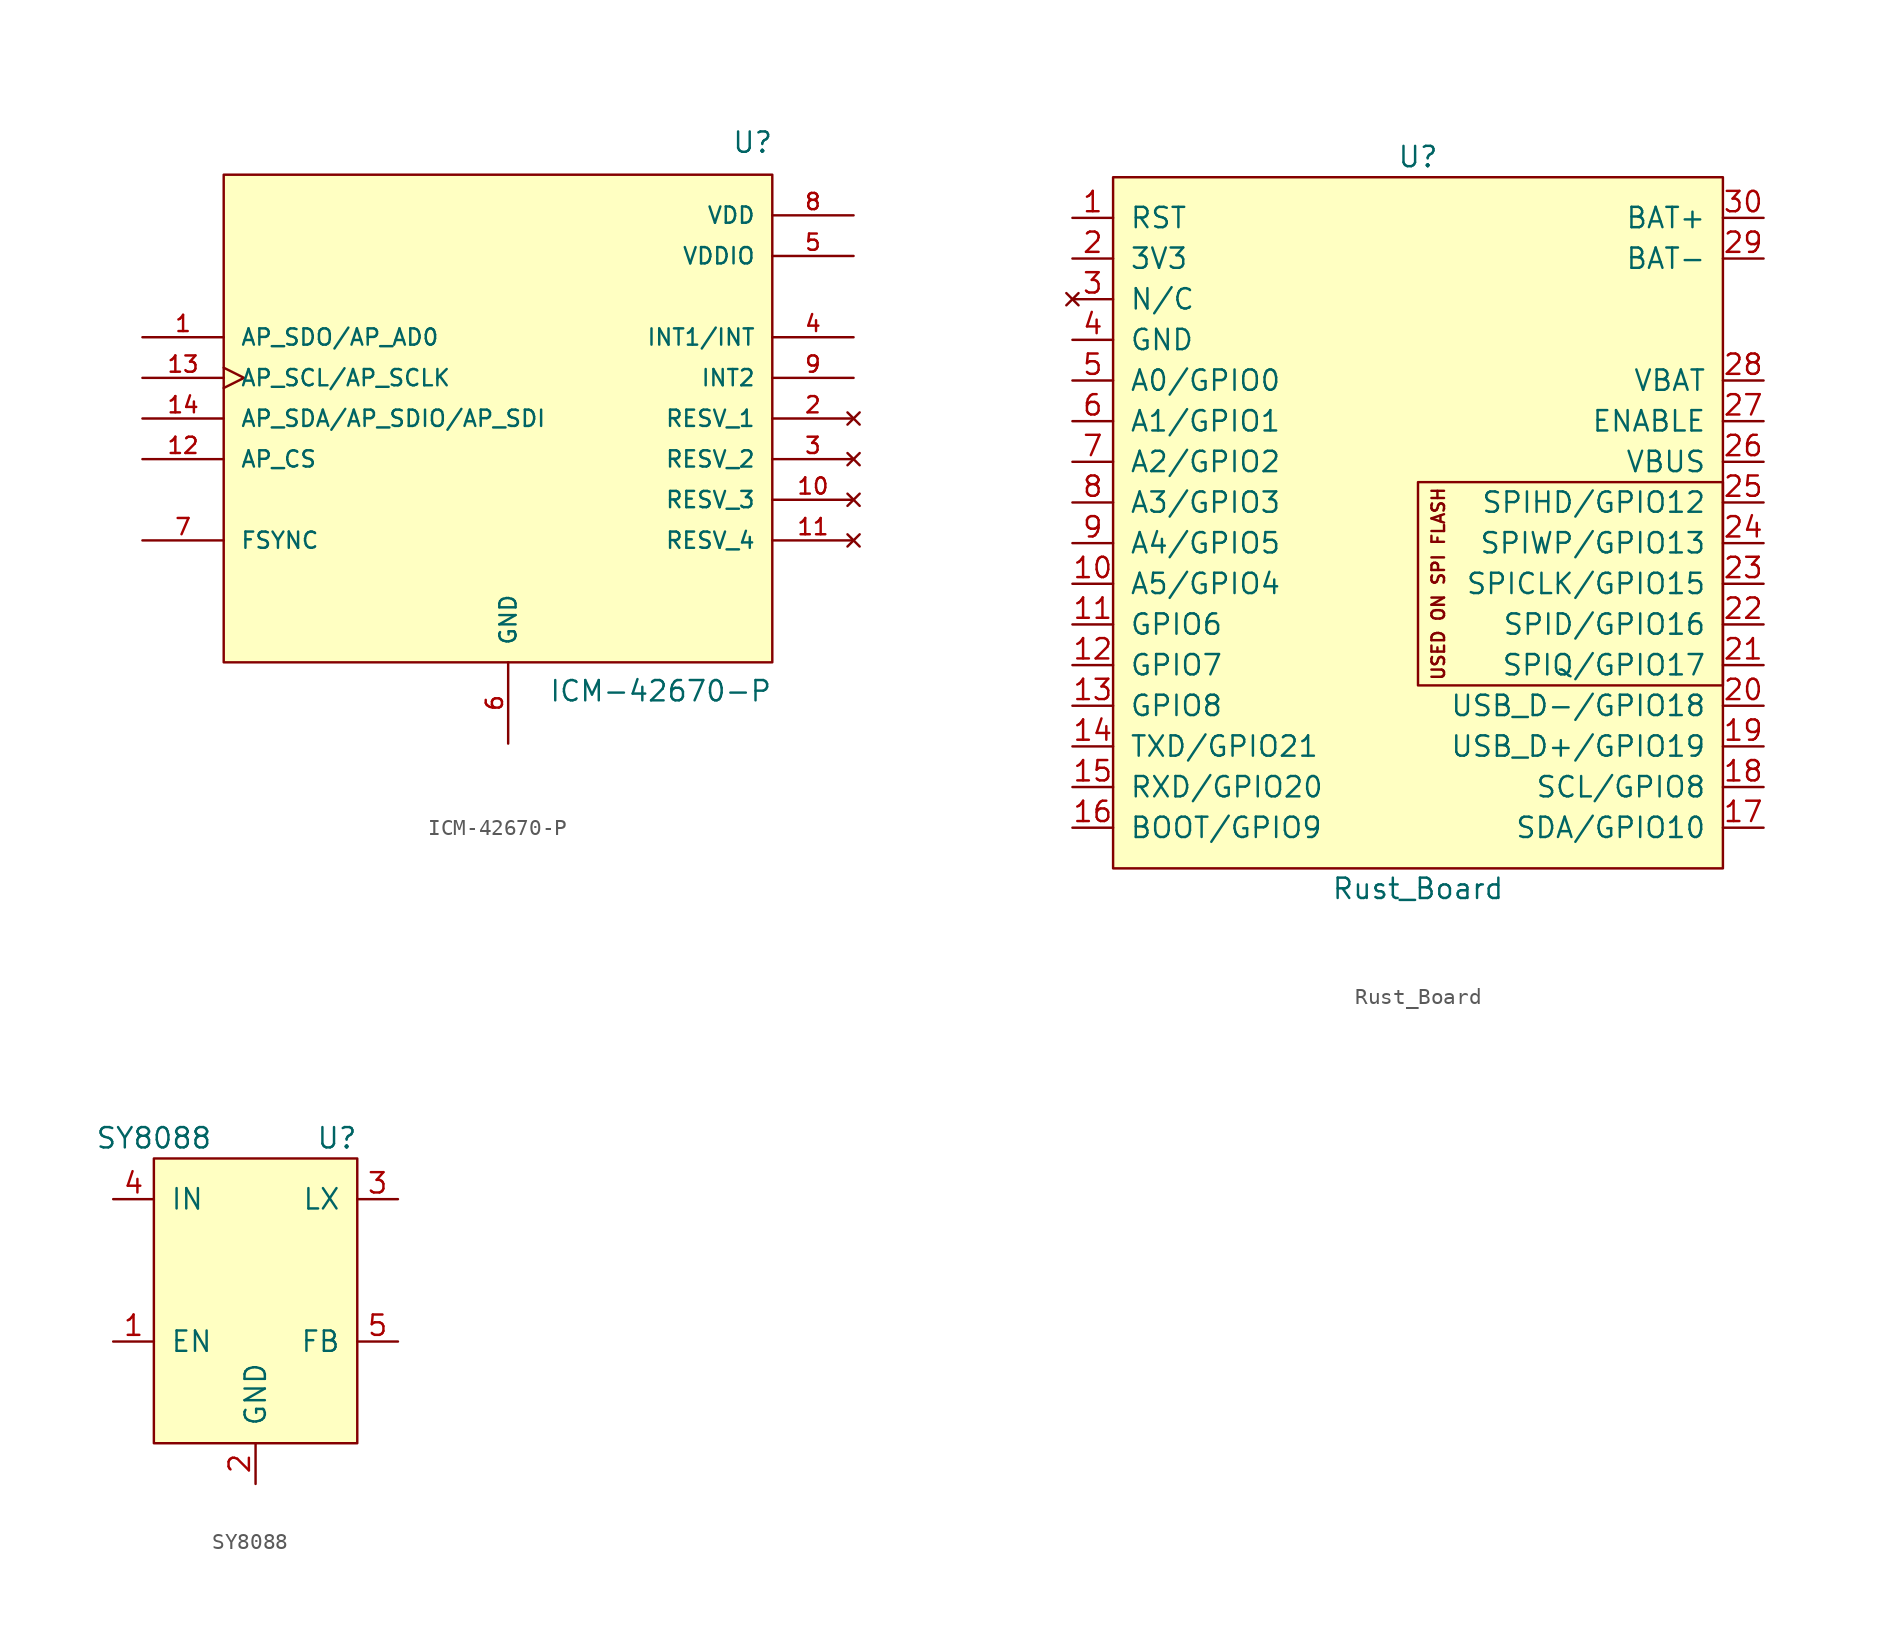
<source format=kicad_sym>
(kicad_symbol_lib
  (version 20211014)
  (generator kicad_symbol_editor)
  (symbol "ICM-42670-P"
    (pin_names
      (offset 1.016))
    (property "Reference" "U"
      (at 13.97 16.51 0)
      (effects (font (size 1.27 1.27)) (justify left bottom)))
    (property "Value" "ICM-42670-P"
      (at 2.54 -17.78 0)
      (effects (font (size 1.27 1.27)) (justify left bottom)))
    (property "ki_locked" ""
      (at 0 0 0)
      (effects (font (size 1.27 1.27))))
    (symbol "ICM-42670-P_0_0"
      (pin bidirectional line (at -22.86 5.08 0) (length 5.08) (name "AP_SDO/AP_AD0" (effects (font (size 1.016 1.016)))) (number "1" (effects (font (size 1.016 1.016)))))
      (pin no_connect line (at 21.59 -5.08 180) (length 5.08) (name "RESV_3" (effects (font (size 1.016 1.016)))) (number "10" (effects (font (size 1.016 1.016)))))
      (pin no_connect line (at 21.59 -7.62 180) (length 5.08) (name "RESV_4" (effects (font (size 1.016 1.016)))) (number "11" (effects (font (size 1.016 1.016)))))
      (pin input line (at -22.86 -2.54 0) (length 5.08) (name "AP_CS" (effects (font (size 1.016 1.016)))) (number "12" (effects (font (size 1.016 1.016)))))
      (pin input clock (at -22.86 2.54 0) (length 5.08) (name "AP_SCL/AP_SCLK" (effects (font (size 1.016 1.016)))) (number "13" (effects (font (size 1.016 1.016)))))
      (pin bidirectional line (at -22.86 0 0) (length 5.08) (name "AP_SDA/AP_SDIO/AP_SDI" (effects (font (size 1.016 1.016)))) (number "14" (effects (font (size 1.016 1.016)))))
      (pin no_connect line (at 21.59 0 180) (length 5.08) (name "RESV_1" (effects (font (size 1.016 1.016)))) (number "2" (effects (font (size 1.016 1.016)))))
      (pin no_connect line (at 21.59 -2.54 180) (length 5.08) (name "RESV_2" (effects (font (size 1.016 1.016)))) (number "3" (effects (font (size 1.016 1.016)))))
      (pin output line (at 21.59 5.08 180) (length 5.08) (name "INT1/INT" (effects (font (size 1.016 1.016)))) (number "4" (effects (font (size 1.016 1.016)))))
      (pin power_in line (at 21.59 10.16 180) (length 5.08) (name "VDDIO" (effects (font (size 1.016 1.016)))) (number "5" (effects (font (size 1.016 1.016)))))
      (pin power_in line (at 0 -20.32 90) (length 5.08) (name "GND" (effects (font (size 1.016 1.016)))) (number "6" (effects (font (size 1.016 1.016)))))
      (pin input line (at -22.86 -7.62 0) (length 5.08) (name "FSYNC" (effects (font (size 1.016 1.016)))) (number "7" (effects (font (size 1.016 1.016)))))
      (pin power_in line (at 21.59 12.7 180) (length 5.08) (name "VDD" (effects (font (size 1.016 1.016)))) (number "8" (effects (font (size 1.016 1.016)))))
      (pin output line (at 21.59 2.54 180) (length 5.08) (name "INT2" (effects (font (size 1.016 1.016)))) (number "9" (effects (font (size 1.016 1.016))))))
    (symbol "ICM-42670-P_1_1"
      (rectangle (start -17.78 15.24) (end 16.51 -15.24) (stroke (width 0) (type default) (color 0 0 0 0)) (fill (type background)))))
  (symbol "Rust_Board"
    (pin_names
      (offset 1.016))
    (property "Reference" "U"
      (at 0 22.86 0)
      (effects (font (size 1.27 1.27))))
    (property "Value" "Rust_Board"
      (at 0 -22.86 0)
      (effects (font (size 1.27 1.27))))
    (symbol "Rust_Board_0_0"
      (rectangle (start 0 2.54) (end 19.05 -10.16) (stroke (width 0) (type default) (color 0 0 0 0)) (fill (type none)))
      (text "USED ON SPI FLASH" (at 1.27 -3.81 900) (effects (font (size 0.787 0.787)))))
    (symbol "Rust_Board_0_1"
      (rectangle (start -19.05 21.59) (end 19.05 -21.59) (stroke (width 0) (type default) (color 0 0 0 0)) (fill (type background))))
    (symbol "Rust_Board_1_1"
      (pin input line (at -21.59 19.05 0) (length 2.54) (name "RST" (effects (font (size 1.27 1.27)))) (number "1" (effects (font (size 1.27 1.27)))))
      (pin bidirectional line (at -21.59 -3.81 0) (length 2.54) (name "A5/GPIO4" (effects (font (size 1.27 1.27)))) (number "10" (effects (font (size 1.27 1.27)))))
      (pin bidirectional line (at -21.59 -6.35 0) (length 2.54) (name "GPIO6" (effects (font (size 1.27 1.27)))) (number "11" (effects (font (size 1.27 1.27)))))
      (pin bidirectional line (at -21.59 -8.89 0) (length 2.54) (name "GPIO7" (effects (font (size 1.27 1.27)))) (number "12" (effects (font (size 1.27 1.27)))))
      (pin bidirectional line (at -21.59 -11.43 0) (length 2.54) (name "GPIO8" (effects (font (size 1.27 1.27)))) (number "13" (effects (font (size 1.27 1.27)))))
      (pin bidirectional line (at -21.59 -13.97 0) (length 2.54) (name "TXD/GPIO21" (effects (font (size 1.27 1.27)))) (number "14" (effects (font (size 1.27 1.27)))))
      (pin bidirectional line (at -21.59 -16.51 0) (length 2.54) (name "RXD/GPIO20" (effects (font (size 1.27 1.27)))) (number "15" (effects (font (size 1.27 1.27)))))
      (pin bidirectional line (at -21.59 -19.05 0) (length 2.54) (name "BOOT/GPIO9" (effects (font (size 1.27 1.27)))) (number "16" (effects (font (size 1.27 1.27)))))
      (pin bidirectional line (at 21.59 -19.05 180) (length 2.54) (name "SDA/GPIO10" (effects (font (size 1.27 1.27)))) (number "17" (effects (font (size 1.27 1.27)))))
      (pin bidirectional line (at 21.59 -16.51 180) (length 2.54) (name "SCL/GPIO8" (effects (font (size 1.27 1.27)))) (number "18" (effects (font (size 1.27 1.27)))))
      (pin bidirectional line (at 21.59 -13.97 180) (length 2.54) (name "USB_D+/GPIO19" (effects (font (size 1.27 1.27)))) (number "19" (effects (font (size 1.27 1.27)))))
      (pin power_in line (at -21.59 16.51 0) (length 2.54) (name "3V3" (effects (font (size 1.27 1.27)))) (number "2" (effects (font (size 1.27 1.27)))))
      (pin bidirectional line (at 21.59 -11.43 180) (length 2.54) (name "USB_D-/GPIO18" (effects (font (size 1.27 1.27)))) (number "20" (effects (font (size 1.27 1.27)))))
      (pin bidirectional line (at 21.59 -8.89 180) (length 2.54) (name "SPIQ/GPIO17" (effects (font (size 1.27 1.27)))) (number "21" (effects (font (size 1.27 1.27)))))
      (pin bidirectional line (at 21.59 -6.35 180) (length 2.54) (name "SPID/GPIO16" (effects (font (size 1.27 1.27)))) (number "22" (effects (font (size 1.27 1.27)))))
      (pin bidirectional line (at 21.59 -3.81 180) (length 2.54) (name "SPICLK/GPIO15" (effects (font (size 1.27 1.27)))) (number "23" (effects (font (size 1.27 1.27)))))
      (pin bidirectional line (at 21.59 -1.27 180) (length 2.54) (name "SPIWP/GPIO13" (effects (font (size 1.27 1.27)))) (number "24" (effects (font (size 1.27 1.27)))))
      (pin bidirectional line (at 21.59 1.27 180) (length 2.54) (name "SPIHD/GPIO12" (effects (font (size 1.27 1.27)))) (number "25" (effects (font (size 1.27 1.27)))))
      (pin power_in line (at 21.59 3.81 180) (length 2.54) (name "VBUS" (effects (font (size 1.27 1.27)))) (number "26" (effects (font (size 1.27 1.27)))))
      (pin input line (at 21.59 6.35 180) (length 2.54) (name "ENABLE" (effects (font (size 1.27 1.27)))) (number "27" (effects (font (size 1.27 1.27)))))
      (pin power_in line (at 21.59 8.89 180) (length 2.54) (name "VBAT" (effects (font (size 1.27 1.27)))) (number "28" (effects (font (size 1.27 1.27)))))
      (pin power_in line (at 21.59 16.51 180) (length 2.54) (name "BAT-" (effects (font (size 1.27 1.27)))) (number "29" (effects (font (size 1.27 1.27)))))
      (pin no_connect line (at -21.59 13.97 0) (length 2.54) (name "N/C" (effects (font (size 1.27 1.27)))) (number "3" (effects (font (size 1.27 1.27)))))
      (pin power_in line (at 21.59 19.05 180) (length 2.54) (name "BAT+" (effects (font (size 1.27 1.27)))) (number "30" (effects (font (size 1.27 1.27)))))
      (pin power_in line (at -21.59 11.43 0) (length 2.54) (name "GND" (effects (font (size 1.27 1.27)))) (number "4" (effects (font (size 1.27 1.27)))))
      (pin bidirectional line (at -21.59 8.89 0) (length 2.54) (name "A0/GPIO0" (effects (font (size 1.27 1.27)))) (number "5" (effects (font (size 1.27 1.27)))))
      (pin bidirectional line (at -21.59 6.35 0) (length 2.54) (name "A1/GPIO1" (effects (font (size 1.27 1.27)))) (number "6" (effects (font (size 1.27 1.27)))))
      (pin bidirectional line (at -21.59 3.81 0) (length 2.54) (name "A2/GPIO2" (effects (font (size 1.27 1.27)))) (number "7" (effects (font (size 1.27 1.27)))))
      (pin bidirectional line (at -21.59 1.27 0) (length 2.54) (name "A3/GPIO3" (effects (font (size 1.27 1.27)))) (number "8" (effects (font (size 1.27 1.27)))))
      (pin bidirectional line (at -21.59 -1.27 0) (length 2.54) (name "A4/GPIO5" (effects (font (size 1.27 1.27)))) (number "9" (effects (font (size 1.27 1.27)))))))
  (symbol "SY8088"
    (pin_names
      (offset 1.016))
    (property "Reference" "U"
      (at 5.08 10.16 0)
      (effects (font (size 1.27 1.27))))
    (property "Value" "SY8088"
      (at -6.35 10.16 0)
      (effects (font (size 1.27 1.27))))
    (symbol "SY8088_0_1"
      (rectangle (start -6.35 8.89) (end 6.35 -8.89) (stroke (width 0) (type default) (color 0 0 0 0)) (fill (type background))))
    (symbol "SY8088_1_1"
      (pin input line (at -8.89 -2.54 0) (length 2.54) (name "EN" (effects (font (size 1.27 1.27)))) (number "1" (effects (font (size 1.27 1.27)))))
      (pin power_in line (at 0 -11.43 90) (length 2.54) (name "GND" (effects (font (size 1.27 1.27)))) (number "2" (effects (font (size 1.27 1.27)))))
      (pin power_out line (at 8.89 6.35 180) (length 2.54) (name "LX" (effects (font (size 1.27 1.27)))) (number "3" (effects (font (size 1.27 1.27)))))
      (pin power_in line (at -8.89 6.35 0) (length 2.54) (name "IN" (effects (font (size 1.27 1.27)))) (number "4" (effects (font (size 1.27 1.27)))))
      (pin input line (at 8.89 -2.54 180) (length 2.54) (name "FB" (effects (font (size 1.27 1.27)))) (number "5" (effects (font (size 1.27 1.27))))))))
</source>
